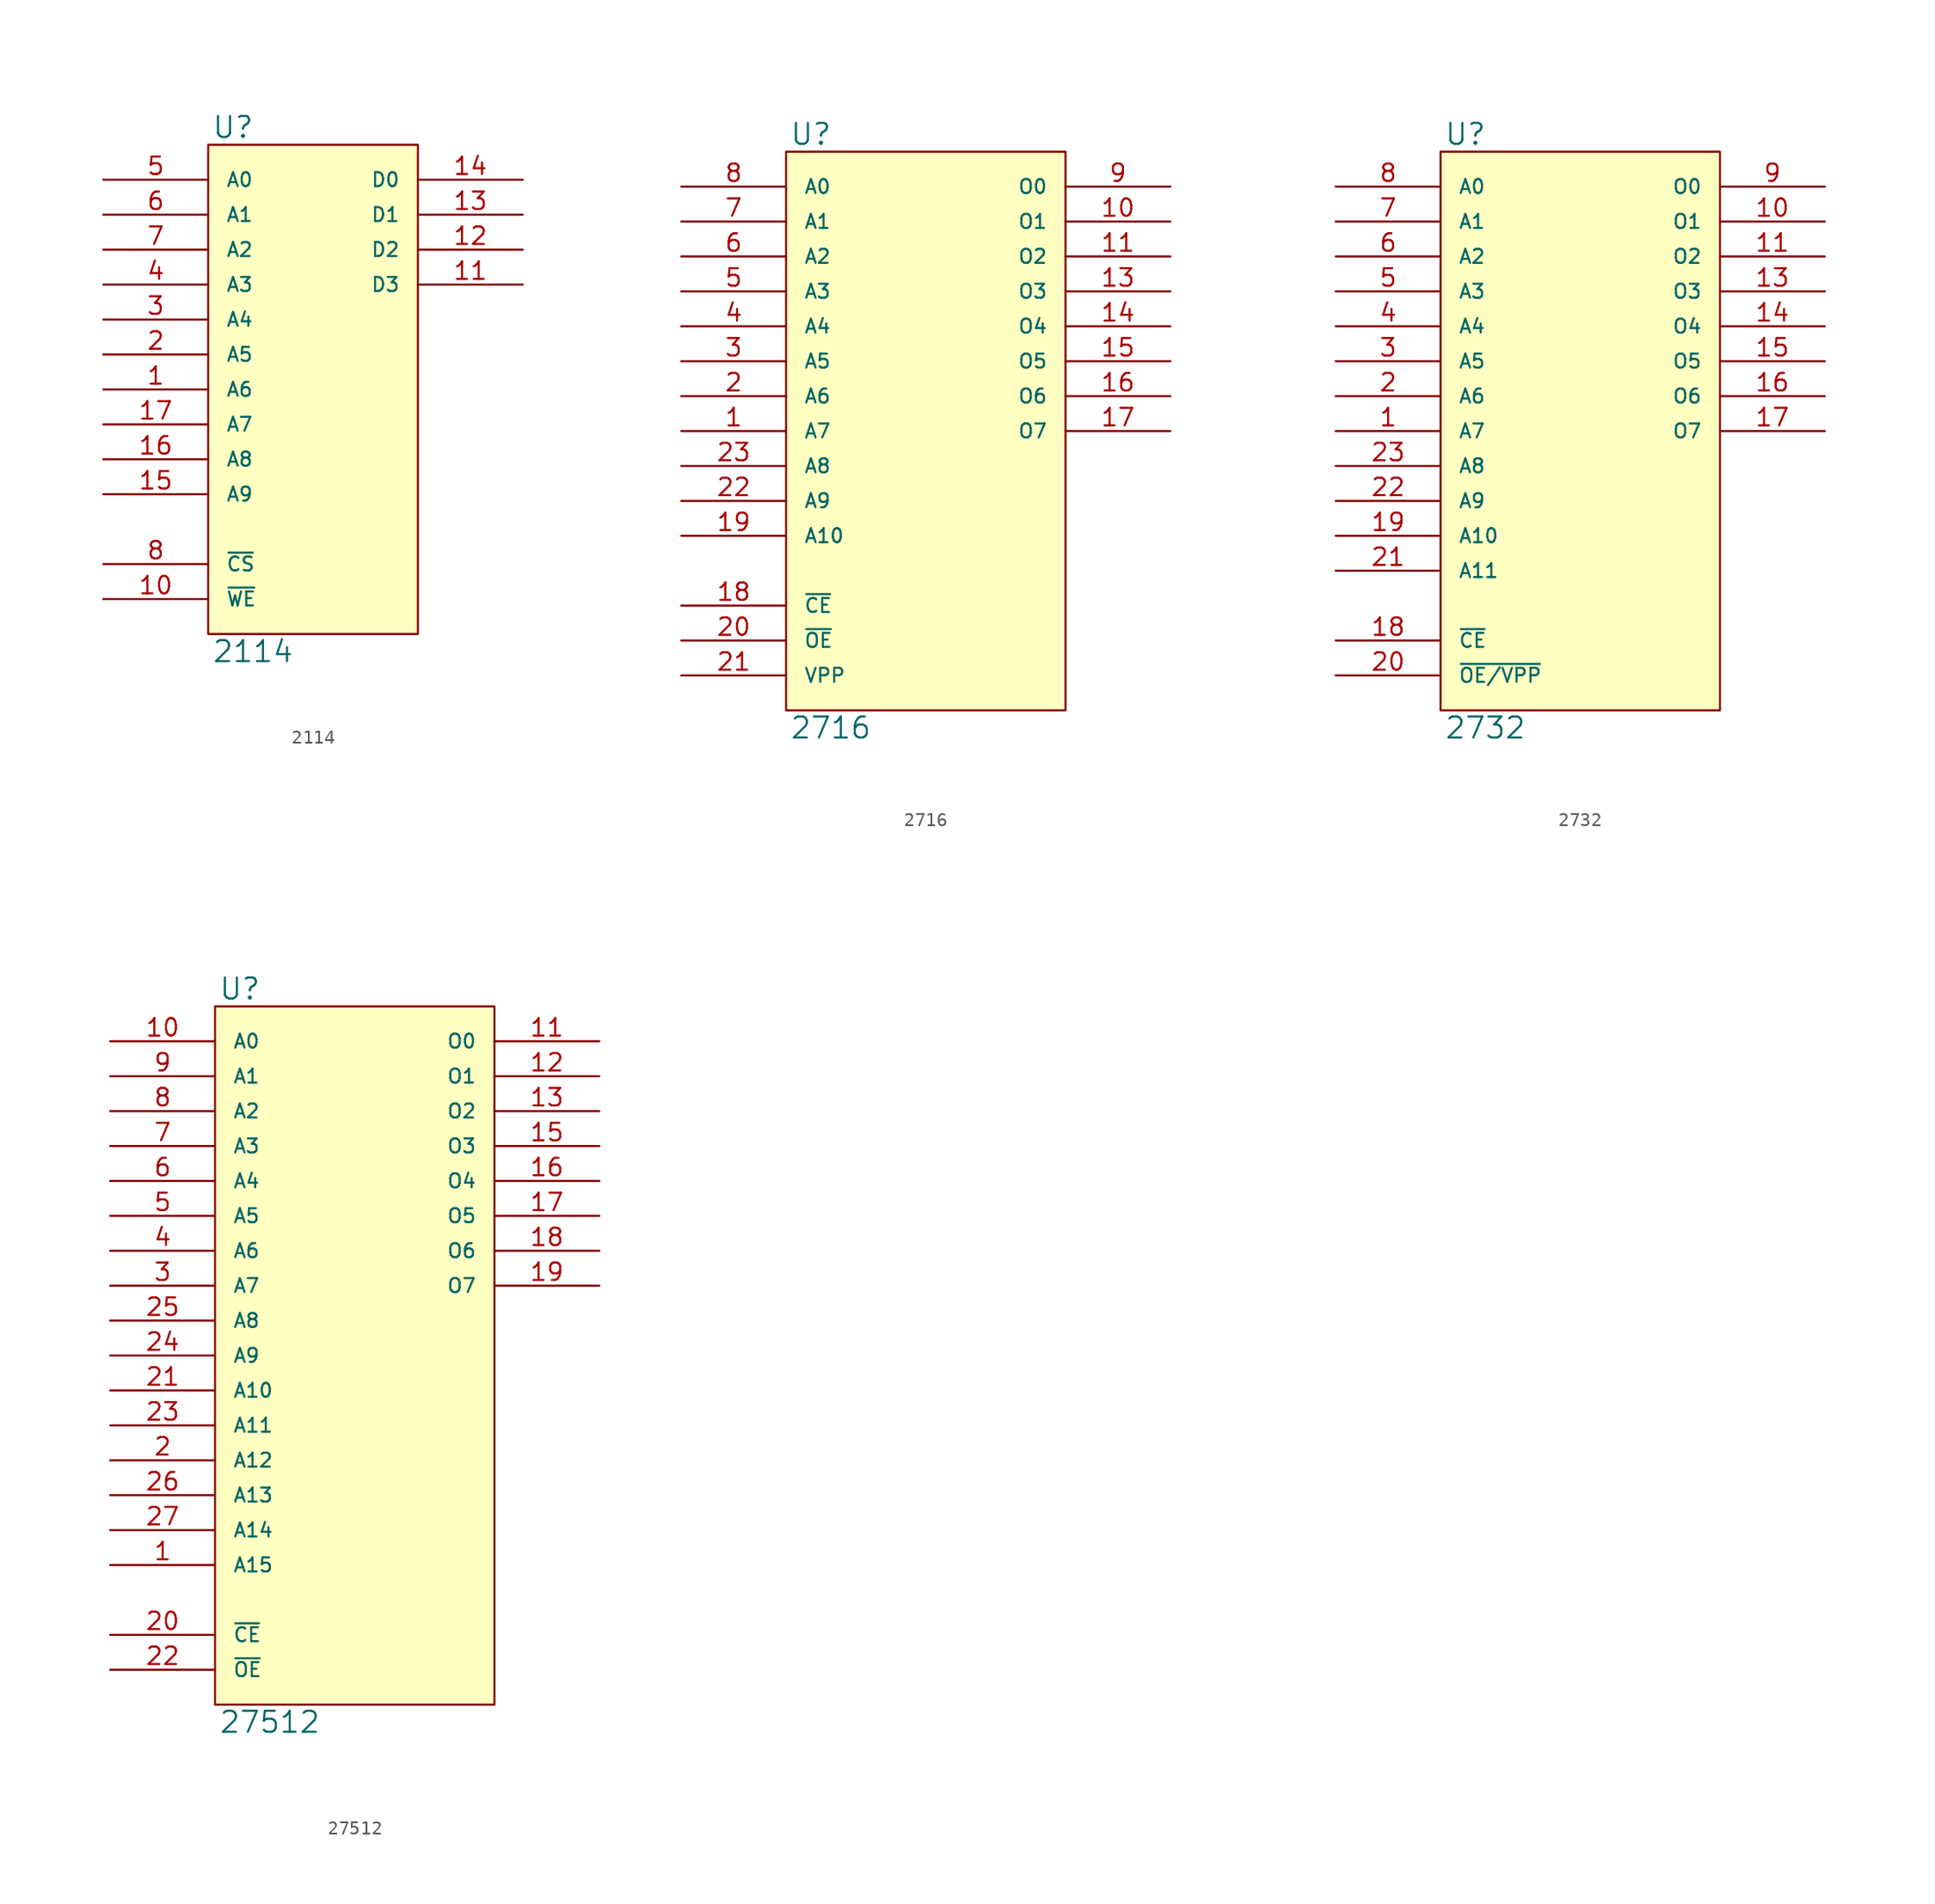
<source format=kicad_sym>
(kicad_symbol_lib
  (version 20231120)
  (generator "kicad_symbol_editor")
  (generator_version "8.0")
  (symbol "2114"
    (pin_names
      (offset 1.27))
    (property "Reference" "U"
      (at 0.254 0.381 0)
      (effects (font (size 1.524 1.524)) (justify left bottom)))
    (property "Value" "2114"
      (at 0.254 -35.941 0)
      (effects (font (size 1.524 1.524)) (justify left top)))
    (symbol "2114_0_1"
      (rectangle (start 0 0) (end 15.24 -35.56) (stroke (width 0) (type solid)) (fill (type background))))
    (symbol "2114_1_1"
      (pin input line (at -7.62 -17.78 0) (length 7.62) (name "A6" (effects (font (size 1.016 1.016)))) (number "1" (effects (font (size 1.27 1.27)))))
      (pin input line (at -7.62 -33.02 0) (length 7.62) (name "~{WE}" (effects (font (size 1.016 1.016)))) (number "10" (effects (font (size 1.27 1.27)))))
      (pin tri_state line (at 22.86 -10.16 180) (length 7.62) (name "D3" (effects (font (size 1.016 1.016)))) (number "11" (effects (font (size 1.27 1.27)))))
      (pin tri_state line (at 22.86 -7.62 180) (length 7.62) (name "D2" (effects (font (size 1.016 1.016)))) (number "12" (effects (font (size 1.27 1.27)))))
      (pin tri_state line (at 22.86 -5.08 180) (length 7.62) (name "D1" (effects (font (size 1.016 1.016)))) (number "13" (effects (font (size 1.27 1.27)))))
      (pin tri_state line (at 22.86 -2.54 180) (length 7.62) (name "D0" (effects (font (size 1.016 1.016)))) (number "14" (effects (font (size 1.27 1.27)))))
      (pin input line (at -7.62 -25.4 0) (length 7.62) (name "A9" (effects (font (size 1.016 1.016)))) (number "15" (effects (font (size 1.27 1.27)))))
      (pin input line (at -7.62 -22.86 0) (length 7.62) (name "A8" (effects (font (size 1.016 1.016)))) (number "16" (effects (font (size 1.27 1.27)))))
      (pin input line (at -7.62 -20.32 0) (length 7.62) (name "A7" (effects (font (size 1.016 1.016)))) (number "17" (effects (font (size 1.27 1.27)))))
      (pin power_in line (at 0 0 270) (length 0) hide (name "VCC" (effects (font (size 1.016 1.016)))) (number "18" (effects (font (size 1.27 1.27)))))
      (pin input line (at -7.62 -15.24 0) (length 7.62) (name "A5" (effects (font (size 1.016 1.016)))) (number "2" (effects (font (size 1.27 1.27)))))
      (pin input line (at -7.62 -12.7 0) (length 7.62) (name "A4" (effects (font (size 1.016 1.016)))) (number "3" (effects (font (size 1.27 1.27)))))
      (pin input line (at -7.62 -10.16 0) (length 7.62) (name "A3" (effects (font (size 1.016 1.016)))) (number "4" (effects (font (size 1.27 1.27)))))
      (pin input line (at -7.62 -2.54 0) (length 7.62) (name "A0" (effects (font (size 1.016 1.016)))) (number "5" (effects (font (size 1.27 1.27)))))
      (pin input line (at -7.62 -5.08 0) (length 7.62) (name "A1" (effects (font (size 1.016 1.016)))) (number "6" (effects (font (size 1.27 1.27)))))
      (pin input line (at -7.62 -7.62 0) (length 7.62) (name "A2" (effects (font (size 1.016 1.016)))) (number "7" (effects (font (size 1.27 1.27)))))
      (pin input line (at -7.62 -30.48 0) (length 7.62) (name "~{CS}" (effects (font (size 1.016 1.016)))) (number "8" (effects (font (size 1.27 1.27)))))
      (pin power_in line (at 0 -35.56 90) (length 0) hide (name "GND" (effects (font (size 1.016 1.016)))) (number "9" (effects (font (size 1.27 1.27)))))))
  (symbol "2716"
    (pin_names
      (offset 1.27))
    (property "Reference" "U"
      (at 0.254 0.381 0)
      (effects (font (size 1.524 1.524)) (justify left bottom)))
    (property "Value" "2716"
      (at 0.254 -41.021 0)
      (effects (font (size 1.524 1.524)) (justify left top)))
    (symbol "2716_0_1"
      (rectangle (start 0 0) (end 20.32 -40.64) (stroke (width 0) (type solid)) (fill (type background))))
    (symbol "2716_1_1"
      (pin input line (at -7.62 -20.32 0) (length 7.62) (name "A7" (effects (font (size 1.016 1.016)))) (number "1" (effects (font (size 1.27 1.27)))))
      (pin tri_state line (at 27.94 -5.08 180) (length 7.62) (name "O1" (effects (font (size 1.016 1.016)))) (number "10" (effects (font (size 1.27 1.27)))))
      (pin tri_state line (at 27.94 -7.62 180) (length 7.62) (name "O2" (effects (font (size 1.016 1.016)))) (number "11" (effects (font (size 1.27 1.27)))))
      (pin power_in line (at 0 -40.64 90) (length 0) hide (name "GND" (effects (font (size 1.016 1.016)))) (number "12" (effects (font (size 1.27 1.27)))))
      (pin tri_state line (at 27.94 -10.16 180) (length 7.62) (name "O3" (effects (font (size 1.016 1.016)))) (number "13" (effects (font (size 1.27 1.27)))))
      (pin tri_state line (at 27.94 -12.7 180) (length 7.62) (name "O4" (effects (font (size 1.016 1.016)))) (number "14" (effects (font (size 1.27 1.27)))))
      (pin tri_state line (at 27.94 -15.24 180) (length 7.62) (name "O5" (effects (font (size 1.016 1.016)))) (number "15" (effects (font (size 1.27 1.27)))))
      (pin tri_state line (at 27.94 -17.78 180) (length 7.62) (name "O6" (effects (font (size 1.016 1.016)))) (number "16" (effects (font (size 1.27 1.27)))))
      (pin tri_state line (at 27.94 -20.32 180) (length 7.62) (name "O7" (effects (font (size 1.016 1.016)))) (number "17" (effects (font (size 1.27 1.27)))))
      (pin input line (at -7.62 -33.02 0) (length 7.62) (name "~{CE}" (effects (font (size 1.016 1.016)))) (number "18" (effects (font (size 1.27 1.27)))))
      (pin input line (at -7.62 -27.94 0) (length 7.62) (name "A10" (effects (font (size 1.016 1.016)))) (number "19" (effects (font (size 1.27 1.27)))))
      (pin input line (at -7.62 -17.78 0) (length 7.62) (name "A6" (effects (font (size 1.016 1.016)))) (number "2" (effects (font (size 1.27 1.27)))))
      (pin input line (at -7.62 -35.56 0) (length 7.62) (name "~{OE}" (effects (font (size 1.016 1.016)))) (number "20" (effects (font (size 1.27 1.27)))))
      (pin input line (at -7.62 -38.1 0) (length 7.62) (name "VPP" (effects (font (size 1.016 1.016)))) (number "21" (effects (font (size 1.27 1.27)))))
      (pin input line (at -7.62 -25.4 0) (length 7.62) (name "A9" (effects (font (size 1.016 1.016)))) (number "22" (effects (font (size 1.27 1.27)))))
      (pin input line (at -7.62 -22.86 0) (length 7.62) (name "A8" (effects (font (size 1.016 1.016)))) (number "23" (effects (font (size 1.27 1.27)))))
      (pin power_in line (at 0 0 270) (length 0) hide (name "VCC" (effects (font (size 1.016 1.016)))) (number "24" (effects (font (size 1.27 1.27)))))
      (pin input line (at -7.62 -15.24 0) (length 7.62) (name "A5" (effects (font (size 1.016 1.016)))) (number "3" (effects (font (size 1.27 1.27)))))
      (pin input line (at -7.62 -12.7 0) (length 7.62) (name "A4" (effects (font (size 1.016 1.016)))) (number "4" (effects (font (size 1.27 1.27)))))
      (pin input line (at -7.62 -10.16 0) (length 7.62) (name "A3" (effects (font (size 1.016 1.016)))) (number "5" (effects (font (size 1.27 1.27)))))
      (pin input line (at -7.62 -7.62 0) (length 7.62) (name "A2" (effects (font (size 1.016 1.016)))) (number "6" (effects (font (size 1.27 1.27)))))
      (pin input line (at -7.62 -5.08 0) (length 7.62) (name "A1" (effects (font (size 1.016 1.016)))) (number "7" (effects (font (size 1.27 1.27)))))
      (pin input line (at -7.62 -2.54 0) (length 7.62) (name "A0" (effects (font (size 1.016 1.016)))) (number "8" (effects (font (size 1.27 1.27)))))
      (pin tri_state line (at 27.94 -2.54 180) (length 7.62) (name "O0" (effects (font (size 1.016 1.016)))) (number "9" (effects (font (size 1.27 1.27)))))))
  (symbol "2732"
    (pin_names
      (offset 1.27))
    (property "Reference" "U"
      (at 0.254 0.381 0)
      (effects (font (size 1.524 1.524)) (justify left bottom)))
    (property "Value" "2732"
      (at 0.254 -41.021 0)
      (effects (font (size 1.524 1.524)) (justify left top)))
    (symbol "2732_0_1"
      (rectangle (start 0 0) (end 20.32 -40.64) (stroke (width 0) (type solid)) (fill (type background))))
    (symbol "2732_1_1"
      (pin input line (at -7.62 -20.32 0) (length 7.62) (name "A7" (effects (font (size 1.016 1.016)))) (number "1" (effects (font (size 1.27 1.27)))))
      (pin tri_state line (at 27.94 -5.08 180) (length 7.62) (name "O1" (effects (font (size 1.016 1.016)))) (number "10" (effects (font (size 1.27 1.27)))))
      (pin tri_state line (at 27.94 -7.62 180) (length 7.62) (name "O2" (effects (font (size 1.016 1.016)))) (number "11" (effects (font (size 1.27 1.27)))))
      (pin power_in line (at 0 -40.64 90) (length 0) hide (name "GND" (effects (font (size 1.016 1.016)))) (number "12" (effects (font (size 1.27 1.27)))))
      (pin tri_state line (at 27.94 -10.16 180) (length 7.62) (name "O3" (effects (font (size 1.016 1.016)))) (number "13" (effects (font (size 1.27 1.27)))))
      (pin tri_state line (at 27.94 -12.7 180) (length 7.62) (name "O4" (effects (font (size 1.016 1.016)))) (number "14" (effects (font (size 1.27 1.27)))))
      (pin tri_state line (at 27.94 -15.24 180) (length 7.62) (name "O5" (effects (font (size 1.016 1.016)))) (number "15" (effects (font (size 1.27 1.27)))))
      (pin tri_state line (at 27.94 -17.78 180) (length 7.62) (name "O6" (effects (font (size 1.016 1.016)))) (number "16" (effects (font (size 1.27 1.27)))))
      (pin tri_state line (at 27.94 -20.32 180) (length 7.62) (name "O7" (effects (font (size 1.016 1.016)))) (number "17" (effects (font (size 1.27 1.27)))))
      (pin input line (at -7.62 -35.56 0) (length 7.62) (name "~{CE}" (effects (font (size 1.016 1.016)))) (number "18" (effects (font (size 1.27 1.27)))))
      (pin input line (at -7.62 -27.94 0) (length 7.62) (name "A10" (effects (font (size 1.016 1.016)))) (number "19" (effects (font (size 1.27 1.27)))))
      (pin input line (at -7.62 -17.78 0) (length 7.62) (name "A6" (effects (font (size 1.016 1.016)))) (number "2" (effects (font (size 1.27 1.27)))))
      (pin input line (at -7.62 -38.1 0) (length 7.62) (name "~{OE/VPP}" (effects (font (size 1.016 1.016)))) (number "20" (effects (font (size 1.27 1.27)))))
      (pin input line (at -7.62 -30.48 0) (length 7.62) (name "A11" (effects (font (size 1.016 1.016)))) (number "21" (effects (font (size 1.27 1.27)))))
      (pin input line (at -7.62 -25.4 0) (length 7.62) (name "A9" (effects (font (size 1.016 1.016)))) (number "22" (effects (font (size 1.27 1.27)))))
      (pin input line (at -7.62 -22.86 0) (length 7.62) (name "A8" (effects (font (size 1.016 1.016)))) (number "23" (effects (font (size 1.27 1.27)))))
      (pin power_in line (at 0 0 270) (length 0) hide (name "VCC" (effects (font (size 1.016 1.016)))) (number "24" (effects (font (size 1.27 1.27)))))
      (pin input line (at -7.62 -15.24 0) (length 7.62) (name "A5" (effects (font (size 1.016 1.016)))) (number "3" (effects (font (size 1.27 1.27)))))
      (pin input line (at -7.62 -12.7 0) (length 7.62) (name "A4" (effects (font (size 1.016 1.016)))) (number "4" (effects (font (size 1.27 1.27)))))
      (pin input line (at -7.62 -10.16 0) (length 7.62) (name "A3" (effects (font (size 1.016 1.016)))) (number "5" (effects (font (size 1.27 1.27)))))
      (pin input line (at -7.62 -7.62 0) (length 7.62) (name "A2" (effects (font (size 1.016 1.016)))) (number "6" (effects (font (size 1.27 1.27)))))
      (pin input line (at -7.62 -5.08 0) (length 7.62) (name "A1" (effects (font (size 1.016 1.016)))) (number "7" (effects (font (size 1.27 1.27)))))
      (pin input line (at -7.62 -2.54 0) (length 7.62) (name "A0" (effects (font (size 1.016 1.016)))) (number "8" (effects (font (size 1.27 1.27)))))
      (pin tri_state line (at 27.94 -2.54 180) (length 7.62) (name "O0" (effects (font (size 1.016 1.016)))) (number "9" (effects (font (size 1.27 1.27)))))))
  (symbol "27512"
    (pin_names
      (offset 1.27))
    (property "Reference" "U"
      (at 0.254 0.381 0)
      (effects (font (size 1.524 1.524)) (justify left bottom)))
    (property "Value" "27512"
      (at 0.254 -51.181 0)
      (effects (font (size 1.524 1.524)) (justify left top)))
    (symbol "27512_0_1"
      (rectangle (start 0 0) (end 20.32 -50.8) (stroke (width 0) (type solid)) (fill (type background))))
    (symbol "27512_1_1"
      (pin input line (at -7.62 -40.64 0) (length 7.62) (name "A15" (effects (font (size 1.016 1.016)))) (number "1" (effects (font (size 1.27 1.27)))))
      (pin input line (at -7.62 -2.54 0) (length 7.62) (name "A0" (effects (font (size 1.016 1.016)))) (number "10" (effects (font (size 1.27 1.27)))))
      (pin tri_state line (at 27.94 -2.54 180) (length 7.62) (name "O0" (effects (font (size 1.016 1.016)))) (number "11" (effects (font (size 1.27 1.27)))))
      (pin tri_state line (at 27.94 -5.08 180) (length 7.62) (name "O1" (effects (font (size 1.016 1.016)))) (number "12" (effects (font (size 1.27 1.27)))))
      (pin tri_state line (at 27.94 -7.62 180) (length 7.62) (name "O2" (effects (font (size 1.016 1.016)))) (number "13" (effects (font (size 1.27 1.27)))))
      (pin power_in line (at 0 -50.8 90) (length 0) hide (name "GND" (effects (font (size 1.016 1.016)))) (number "14" (effects (font (size 1.27 1.27)))))
      (pin tri_state line (at 27.94 -10.16 180) (length 7.62) (name "O3" (effects (font (size 1.016 1.016)))) (number "15" (effects (font (size 1.27 1.27)))))
      (pin tri_state line (at 27.94 -12.7 180) (length 7.62) (name "O4" (effects (font (size 1.016 1.016)))) (number "16" (effects (font (size 1.27 1.27)))))
      (pin tri_state line (at 27.94 -15.24 180) (length 7.62) (name "O5" (effects (font (size 1.016 1.016)))) (number "17" (effects (font (size 1.27 1.27)))))
      (pin tri_state line (at 27.94 -17.78 180) (length 7.62) (name "O6" (effects (font (size 1.016 1.016)))) (number "18" (effects (font (size 1.27 1.27)))))
      (pin tri_state line (at 27.94 -20.32 180) (length 7.62) (name "O7" (effects (font (size 1.016 1.016)))) (number "19" (effects (font (size 1.27 1.27)))))
      (pin input line (at -7.62 -33.02 0) (length 7.62) (name "A12" (effects (font (size 1.016 1.016)))) (number "2" (effects (font (size 1.27 1.27)))))
      (pin input line (at -7.62 -45.72 0) (length 7.62) (name "~{CE}" (effects (font (size 1.016 1.016)))) (number "20" (effects (font (size 1.27 1.27)))))
      (pin input line (at -7.62 -27.94 0) (length 7.62) (name "A10" (effects (font (size 1.016 1.016)))) (number "21" (effects (font (size 1.27 1.27)))))
      (pin input line (at -7.62 -48.26 0) (length 7.62) (name "~{OE}" (effects (font (size 1.016 1.016)))) (number "22" (effects (font (size 1.27 1.27)))))
      (pin input line (at -7.62 -30.48 0) (length 7.62) (name "A11" (effects (font (size 1.016 1.016)))) (number "23" (effects (font (size 1.27 1.27)))))
      (pin input line (at -7.62 -25.4 0) (length 7.62) (name "A9" (effects (font (size 1.016 1.016)))) (number "24" (effects (font (size 1.27 1.27)))))
      (pin input line (at -7.62 -22.86 0) (length 7.62) (name "A8" (effects (font (size 1.016 1.016)))) (number "25" (effects (font (size 1.27 1.27)))))
      (pin input line (at -7.62 -35.56 0) (length 7.62) (name "A13" (effects (font (size 1.016 1.016)))) (number "26" (effects (font (size 1.27 1.27)))))
      (pin input line (at -7.62 -38.1 0) (length 7.62) (name "A14" (effects (font (size 1.016 1.016)))) (number "27" (effects (font (size 1.27 1.27)))))
      (pin power_in line (at 0 0 270) (length 0) hide (name "VCC" (effects (font (size 1.016 1.016)))) (number "28" (effects (font (size 1.27 1.27)))))
      (pin input line (at -7.62 -20.32 0) (length 7.62) (name "A7" (effects (font (size 1.016 1.016)))) (number "3" (effects (font (size 1.27 1.27)))))
      (pin input line (at -7.62 -17.78 0) (length 7.62) (name "A6" (effects (font (size 1.016 1.016)))) (number "4" (effects (font (size 1.27 1.27)))))
      (pin input line (at -7.62 -15.24 0) (length 7.62) (name "A5" (effects (font (size 1.016 1.016)))) (number "5" (effects (font (size 1.27 1.27)))))
      (pin input line (at -7.62 -12.7 0) (length 7.62) (name "A4" (effects (font (size 1.016 1.016)))) (number "6" (effects (font (size 1.27 1.27)))))
      (pin input line (at -7.62 -10.16 0) (length 7.62) (name "A3" (effects (font (size 1.016 1.016)))) (number "7" (effects (font (size 1.27 1.27)))))
      (pin input line (at -7.62 -7.62 0) (length 7.62) (name "A2" (effects (font (size 1.016 1.016)))) (number "8" (effects (font (size 1.27 1.27)))))
      (pin input line (at -7.62 -5.08 0) (length 7.62) (name "A1" (effects (font (size 1.016 1.016)))) (number "9" (effects (font (size 1.27 1.27))))))))
</source>
